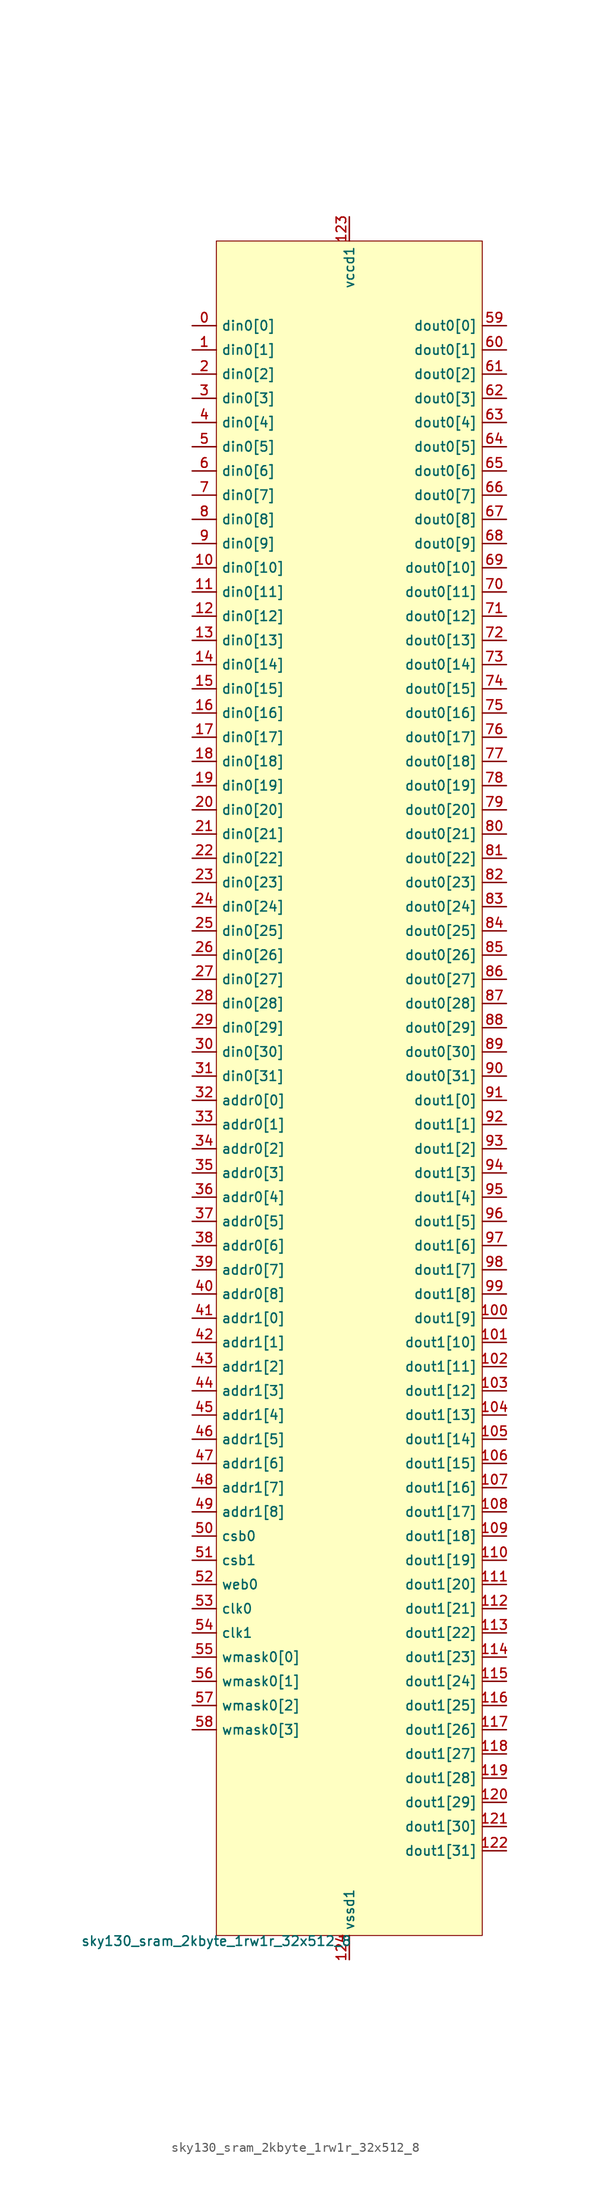
<source format=kicad_sym>
(kicad_symbol_lib
  (version 20211014)
  (generator pdk2kicad)
  (symbol "sky130_sram_2kbyte_1rw1r_32x512_8"
    (property "Reference" "X"
      (at 0 0 0)
      (effects (font (size 1 1)) hide))
    (property "Value" "sky130_sram_2kbyte_1rw1r_32x512_8"
      (at -13.97 -88.9 0)
      (effects (font (size 1 1)) (justify top)))
    (rectangle
      (start -13.97 -88.9)
      (end 13.97 88.9)
      (stroke (width 0.1) (type solid) (color 0 0 0 0))
      (fill (type background)))
    (pin input line
      (at -16.51 80.01 0)
      (length 2.54)
      (name "din0[0]" (effects (font (size 1 1)) hide))
      (number "0" (effects (font (size 1 1)) hide)))
    (pin input line
      (at -16.51 77.47 0)
      (length 2.54)
      (name "din0[1]" (effects (font (size 1 1)) hide))
      (number "1" (effects (font (size 1 1)) hide)))
    (pin input line
      (at -16.51 74.93 0)
      (length 2.54)
      (name "din0[2]" (effects (font (size 1 1)) hide))
      (number "2" (effects (font (size 1 1)) hide)))
    (pin input line
      (at -16.51 72.39 0)
      (length 2.54)
      (name "din0[3]" (effects (font (size 1 1)) hide))
      (number "3" (effects (font (size 1 1)) hide)))
    (pin input line
      (at -16.51 69.85 0)
      (length 2.54)
      (name "din0[4]" (effects (font (size 1 1)) hide))
      (number "4" (effects (font (size 1 1)) hide)))
    (pin input line
      (at -16.51 67.31 0)
      (length 2.54)
      (name "din0[5]" (effects (font (size 1 1)) hide))
      (number "5" (effects (font (size 1 1)) hide)))
    (pin input line
      (at -16.51 64.77 0)
      (length 2.54)
      (name "din0[6]" (effects (font (size 1 1)) hide))
      (number "6" (effects (font (size 1 1)) hide)))
    (pin input line
      (at -16.51 62.23 0)
      (length 2.54)
      (name "din0[7]" (effects (font (size 1 1)) hide))
      (number "7" (effects (font (size 1 1)) hide)))
    (pin input line
      (at -16.51 59.69 0)
      (length 2.54)
      (name "din0[8]" (effects (font (size 1 1)) hide))
      (number "8" (effects (font (size 1 1)) hide)))
    (pin input line
      (at -16.51 57.15 0)
      (length 2.54)
      (name "din0[9]" (effects (font (size 1 1)) hide))
      (number "9" (effects (font (size 1 1)) hide)))
    (pin input line
      (at -16.51 54.61 0)
      (length 2.54)
      (name "din0[10]" (effects (font (size 1 1)) hide))
      (number "10" (effects (font (size 1 1)) hide)))
    (pin input line
      (at -16.51 52.07 0)
      (length 2.54)
      (name "din0[11]" (effects (font (size 1 1)) hide))
      (number "11" (effects (font (size 1 1)) hide)))
    (pin input line
      (at -16.51 49.53 0)
      (length 2.54)
      (name "din0[12]" (effects (font (size 1 1)) hide))
      (number "12" (effects (font (size 1 1)) hide)))
    (pin input line
      (at -16.51 46.99 0)
      (length 2.54)
      (name "din0[13]" (effects (font (size 1 1)) hide))
      (number "13" (effects (font (size 1 1)) hide)))
    (pin input line
      (at -16.51 44.45 0)
      (length 2.54)
      (name "din0[14]" (effects (font (size 1 1)) hide))
      (number "14" (effects (font (size 1 1)) hide)))
    (pin input line
      (at -16.51 41.91 0)
      (length 2.54)
      (name "din0[15]" (effects (font (size 1 1)) hide))
      (number "15" (effects (font (size 1 1)) hide)))
    (pin input line
      (at -16.51 39.37 0)
      (length 2.54)
      (name "din0[16]" (effects (font (size 1 1)) hide))
      (number "16" (effects (font (size 1 1)) hide)))
    (pin input line
      (at -16.51 36.83 0)
      (length 2.54)
      (name "din0[17]" (effects (font (size 1 1)) hide))
      (number "17" (effects (font (size 1 1)) hide)))
    (pin input line
      (at -16.51 34.29 0)
      (length 2.54)
      (name "din0[18]" (effects (font (size 1 1)) hide))
      (number "18" (effects (font (size 1 1)) hide)))
    (pin input line
      (at -16.51 31.75 0)
      (length 2.54)
      (name "din0[19]" (effects (font (size 1 1)) hide))
      (number "19" (effects (font (size 1 1)) hide)))
    (pin input line
      (at -16.51 29.21 0)
      (length 2.54)
      (name "din0[20]" (effects (font (size 1 1)) hide))
      (number "20" (effects (font (size 1 1)) hide)))
    (pin input line
      (at -16.51 26.67 0)
      (length 2.54)
      (name "din0[21]" (effects (font (size 1 1)) hide))
      (number "21" (effects (font (size 1 1)) hide)))
    (pin input line
      (at -16.51 24.13 0)
      (length 2.54)
      (name "din0[22]" (effects (font (size 1 1)) hide))
      (number "22" (effects (font (size 1 1)) hide)))
    (pin input line
      (at -16.51 21.59 0)
      (length 2.54)
      (name "din0[23]" (effects (font (size 1 1)) hide))
      (number "23" (effects (font (size 1 1)) hide)))
    (pin input line
      (at -16.51 19.05 0)
      (length 2.54)
      (name "din0[24]" (effects (font (size 1 1)) hide))
      (number "24" (effects (font (size 1 1)) hide)))
    (pin input line
      (at -16.51 16.51 0)
      (length 2.54)
      (name "din0[25]" (effects (font (size 1 1)) hide))
      (number "25" (effects (font (size 1 1)) hide)))
    (pin input line
      (at -16.51 13.97 0)
      (length 2.54)
      (name "din0[26]" (effects (font (size 1 1)) hide))
      (number "26" (effects (font (size 1 1)) hide)))
    (pin input line
      (at -16.51 11.43 0)
      (length 2.54)
      (name "din0[27]" (effects (font (size 1 1)) hide))
      (number "27" (effects (font (size 1 1)) hide)))
    (pin input line
      (at -16.51 8.89 0)
      (length 2.54)
      (name "din0[28]" (effects (font (size 1 1)) hide))
      (number "28" (effects (font (size 1 1)) hide)))
    (pin input line
      (at -16.51 6.35 0)
      (length 2.54)
      (name "din0[29]" (effects (font (size 1 1)) hide))
      (number "29" (effects (font (size 1 1)) hide)))
    (pin input line
      (at -16.51 3.81 0)
      (length 2.54)
      (name "din0[30]" (effects (font (size 1 1)) hide))
      (number "30" (effects (font (size 1 1)) hide)))
    (pin input line
      (at -16.51 1.27 0)
      (length 2.54)
      (name "din0[31]" (effects (font (size 1 1)) hide))
      (number "31" (effects (font (size 1 1)) hide)))
    (pin input line
      (at -16.51 -1.27 0)
      (length 2.54)
      (name "addr0[0]" (effects (font (size 1 1)) hide))
      (number "32" (effects (font (size 1 1)) hide)))
    (pin input line
      (at -16.51 -3.81 0)
      (length 2.54)
      (name "addr0[1]" (effects (font (size 1 1)) hide))
      (number "33" (effects (font (size 1 1)) hide)))
    (pin input line
      (at -16.51 -6.35 0)
      (length 2.54)
      (name "addr0[2]" (effects (font (size 1 1)) hide))
      (number "34" (effects (font (size 1 1)) hide)))
    (pin input line
      (at -16.51 -8.89 0)
      (length 2.54)
      (name "addr0[3]" (effects (font (size 1 1)) hide))
      (number "35" (effects (font (size 1 1)) hide)))
    (pin input line
      (at -16.51 -11.43 0)
      (length 2.54)
      (name "addr0[4]" (effects (font (size 1 1)) hide))
      (number "36" (effects (font (size 1 1)) hide)))
    (pin input line
      (at -16.51 -13.97 0)
      (length 2.54)
      (name "addr0[5]" (effects (font (size 1 1)) hide))
      (number "37" (effects (font (size 1 1)) hide)))
    (pin input line
      (at -16.51 -16.51 0)
      (length 2.54)
      (name "addr0[6]" (effects (font (size 1 1)) hide))
      (number "38" (effects (font (size 1 1)) hide)))
    (pin input line
      (at -16.51 -19.05 0)
      (length 2.54)
      (name "addr0[7]" (effects (font (size 1 1)) hide))
      (number "39" (effects (font (size 1 1)) hide)))
    (pin input line
      (at -16.51 -21.59 0)
      (length 2.54)
      (name "addr0[8]" (effects (font (size 1 1)) hide))
      (number "40" (effects (font (size 1 1)) hide)))
    (pin input line
      (at -16.51 -24.13 0)
      (length 2.54)
      (name "addr1[0]" (effects (font (size 1 1)) hide))
      (number "41" (effects (font (size 1 1)) hide)))
    (pin input line
      (at -16.51 -26.67 0)
      (length 2.54)
      (name "addr1[1]" (effects (font (size 1 1)) hide))
      (number "42" (effects (font (size 1 1)) hide)))
    (pin input line
      (at -16.51 -29.21 0)
      (length 2.54)
      (name "addr1[2]" (effects (font (size 1 1)) hide))
      (number "43" (effects (font (size 1 1)) hide)))
    (pin input line
      (at -16.51 -31.75 0)
      (length 2.54)
      (name "addr1[3]" (effects (font (size 1 1)) hide))
      (number "44" (effects (font (size 1 1)) hide)))
    (pin input line
      (at -16.51 -34.29 0)
      (length 2.54)
      (name "addr1[4]" (effects (font (size 1 1)) hide))
      (number "45" (effects (font (size 1 1)) hide)))
    (pin input line
      (at -16.51 -36.83 0)
      (length 2.54)
      (name "addr1[5]" (effects (font (size 1 1)) hide))
      (number "46" (effects (font (size 1 1)) hide)))
    (pin input line
      (at -16.51 -39.37 0)
      (length 2.54)
      (name "addr1[6]" (effects (font (size 1 1)) hide))
      (number "47" (effects (font (size 1 1)) hide)))
    (pin input line
      (at -16.51 -41.91 0)
      (length 2.54)
      (name "addr1[7]" (effects (font (size 1 1)) hide))
      (number "48" (effects (font (size 1 1)) hide)))
    (pin input line
      (at -16.51 -44.45 0)
      (length 2.54)
      (name "addr1[8]" (effects (font (size 1 1)) hide))
      (number "49" (effects (font (size 1 1)) hide)))
    (pin input line
      (at -16.51 -46.99 0)
      (length 2.54)
      (name "csb0" (effects (font (size 1 1)) hide))
      (number "50" (effects (font (size 1 1)) hide)))
    (pin input line
      (at -16.51 -49.53 0)
      (length 2.54)
      (name "csb1" (effects (font (size 1 1)) hide))
      (number "51" (effects (font (size 1 1)) hide)))
    (pin input line
      (at -16.51 -52.07 0)
      (length 2.54)
      (name "web0" (effects (font (size 1 1)) hide))
      (number "52" (effects (font (size 1 1)) hide)))
    (pin input line
      (at -16.51 -54.61 0)
      (length 2.54)
      (name "clk0" (effects (font (size 1 1)) hide))
      (number "53" (effects (font (size 1 1)) hide)))
    (pin input line
      (at -16.51 -57.15 0)
      (length 2.54)
      (name "clk1" (effects (font (size 1 1)) hide))
      (number "54" (effects (font (size 1 1)) hide)))
    (pin input line
      (at -16.51 -59.69 0)
      (length 2.54)
      (name "wmask0[0]" (effects (font (size 1 1)) hide))
      (number "55" (effects (font (size 1 1)) hide)))
    (pin input line
      (at -16.51 -62.23 0)
      (length 2.54)
      (name "wmask0[1]" (effects (font (size 1 1)) hide))
      (number "56" (effects (font (size 1 1)) hide)))
    (pin input line
      (at -16.51 -64.77 0)
      (length 2.54)
      (name "wmask0[2]" (effects (font (size 1 1)) hide))
      (number "57" (effects (font (size 1 1)) hide)))
    (pin input line
      (at -16.51 -67.31 0)
      (length 2.54)
      (name "wmask0[3]" (effects (font (size 1 1)) hide))
      (number "58" (effects (font (size 1 1)) hide)))
    (pin output line
      (at 16.51 80.01 180)
      (length 2.54)
      (name "dout0[0]" (effects (font (size 1 1)) hide))
      (number "59" (effects (font (size 1 1)) hide)))
    (pin output line
      (at 16.51 77.47 180)
      (length 2.54)
      (name "dout0[1]" (effects (font (size 1 1)) hide))
      (number "60" (effects (font (size 1 1)) hide)))
    (pin output line
      (at 16.51 74.93 180)
      (length 2.54)
      (name "dout0[2]" (effects (font (size 1 1)) hide))
      (number "61" (effects (font (size 1 1)) hide)))
    (pin output line
      (at 16.51 72.39 180)
      (length 2.54)
      (name "dout0[3]" (effects (font (size 1 1)) hide))
      (number "62" (effects (font (size 1 1)) hide)))
    (pin output line
      (at 16.51 69.85 180)
      (length 2.54)
      (name "dout0[4]" (effects (font (size 1 1)) hide))
      (number "63" (effects (font (size 1 1)) hide)))
    (pin output line
      (at 16.51 67.31 180)
      (length 2.54)
      (name "dout0[5]" (effects (font (size 1 1)) hide))
      (number "64" (effects (font (size 1 1)) hide)))
    (pin output line
      (at 16.51 64.77 180)
      (length 2.54)
      (name "dout0[6]" (effects (font (size 1 1)) hide))
      (number "65" (effects (font (size 1 1)) hide)))
    (pin output line
      (at 16.51 62.23 180)
      (length 2.54)
      (name "dout0[7]" (effects (font (size 1 1)) hide))
      (number "66" (effects (font (size 1 1)) hide)))
    (pin output line
      (at 16.51 59.69 180)
      (length 2.54)
      (name "dout0[8]" (effects (font (size 1 1)) hide))
      (number "67" (effects (font (size 1 1)) hide)))
    (pin output line
      (at 16.51 57.15 180)
      (length 2.54)
      (name "dout0[9]" (effects (font (size 1 1)) hide))
      (number "68" (effects (font (size 1 1)) hide)))
    (pin output line
      (at 16.51 54.61 180)
      (length 2.54)
      (name "dout0[10]" (effects (font (size 1 1)) hide))
      (number "69" (effects (font (size 1 1)) hide)))
    (pin output line
      (at 16.51 52.07 180)
      (length 2.54)
      (name "dout0[11]" (effects (font (size 1 1)) hide))
      (number "70" (effects (font (size 1 1)) hide)))
    (pin output line
      (at 16.51 49.53 180)
      (length 2.54)
      (name "dout0[12]" (effects (font (size 1 1)) hide))
      (number "71" (effects (font (size 1 1)) hide)))
    (pin output line
      (at 16.51 46.99 180)
      (length 2.54)
      (name "dout0[13]" (effects (font (size 1 1)) hide))
      (number "72" (effects (font (size 1 1)) hide)))
    (pin output line
      (at 16.51 44.45 180)
      (length 2.54)
      (name "dout0[14]" (effects (font (size 1 1)) hide))
      (number "73" (effects (font (size 1 1)) hide)))
    (pin output line
      (at 16.51 41.91 180)
      (length 2.54)
      (name "dout0[15]" (effects (font (size 1 1)) hide))
      (number "74" (effects (font (size 1 1)) hide)))
    (pin output line
      (at 16.51 39.37 180)
      (length 2.54)
      (name "dout0[16]" (effects (font (size 1 1)) hide))
      (number "75" (effects (font (size 1 1)) hide)))
    (pin output line
      (at 16.51 36.83 180)
      (length 2.54)
      (name "dout0[17]" (effects (font (size 1 1)) hide))
      (number "76" (effects (font (size 1 1)) hide)))
    (pin output line
      (at 16.51 34.29 180)
      (length 2.54)
      (name "dout0[18]" (effects (font (size 1 1)) hide))
      (number "77" (effects (font (size 1 1)) hide)))
    (pin output line
      (at 16.51 31.75 180)
      (length 2.54)
      (name "dout0[19]" (effects (font (size 1 1)) hide))
      (number "78" (effects (font (size 1 1)) hide)))
    (pin output line
      (at 16.51 29.21 180)
      (length 2.54)
      (name "dout0[20]" (effects (font (size 1 1)) hide))
      (number "79" (effects (font (size 1 1)) hide)))
    (pin output line
      (at 16.51 26.67 180)
      (length 2.54)
      (name "dout0[21]" (effects (font (size 1 1)) hide))
      (number "80" (effects (font (size 1 1)) hide)))
    (pin output line
      (at 16.51 24.13 180)
      (length 2.54)
      (name "dout0[22]" (effects (font (size 1 1)) hide))
      (number "81" (effects (font (size 1 1)) hide)))
    (pin output line
      (at 16.51 21.59 180)
      (length 2.54)
      (name "dout0[23]" (effects (font (size 1 1)) hide))
      (number "82" (effects (font (size 1 1)) hide)))
    (pin output line
      (at 16.51 19.05 180)
      (length 2.54)
      (name "dout0[24]" (effects (font (size 1 1)) hide))
      (number "83" (effects (font (size 1 1)) hide)))
    (pin output line
      (at 16.51 16.51 180)
      (length 2.54)
      (name "dout0[25]" (effects (font (size 1 1)) hide))
      (number "84" (effects (font (size 1 1)) hide)))
    (pin output line
      (at 16.51 13.97 180)
      (length 2.54)
      (name "dout0[26]" (effects (font (size 1 1)) hide))
      (number "85" (effects (font (size 1 1)) hide)))
    (pin output line
      (at 16.51 11.43 180)
      (length 2.54)
      (name "dout0[27]" (effects (font (size 1 1)) hide))
      (number "86" (effects (font (size 1 1)) hide)))
    (pin output line
      (at 16.51 8.89 180)
      (length 2.54)
      (name "dout0[28]" (effects (font (size 1 1)) hide))
      (number "87" (effects (font (size 1 1)) hide)))
    (pin output line
      (at 16.51 6.35 180)
      (length 2.54)
      (name "dout0[29]" (effects (font (size 1 1)) hide))
      (number "88" (effects (font (size 1 1)) hide)))
    (pin output line
      (at 16.51 3.81 180)
      (length 2.54)
      (name "dout0[30]" (effects (font (size 1 1)) hide))
      (number "89" (effects (font (size 1 1)) hide)))
    (pin output line
      (at 16.51 1.27 180)
      (length 2.54)
      (name "dout0[31]" (effects (font (size 1 1)) hide))
      (number "90" (effects (font (size 1 1)) hide)))
    (pin output line
      (at 16.51 -1.27 180)
      (length 2.54)
      (name "dout1[0]" (effects (font (size 1 1)) hide))
      (number "91" (effects (font (size 1 1)) hide)))
    (pin output line
      (at 16.51 -3.81 180)
      (length 2.54)
      (name "dout1[1]" (effects (font (size 1 1)) hide))
      (number "92" (effects (font (size 1 1)) hide)))
    (pin output line
      (at 16.51 -6.35 180)
      (length 2.54)
      (name "dout1[2]" (effects (font (size 1 1)) hide))
      (number "93" (effects (font (size 1 1)) hide)))
    (pin output line
      (at 16.51 -8.89 180)
      (length 2.54)
      (name "dout1[3]" (effects (font (size 1 1)) hide))
      (number "94" (effects (font (size 1 1)) hide)))
    (pin output line
      (at 16.51 -11.43 180)
      (length 2.54)
      (name "dout1[4]" (effects (font (size 1 1)) hide))
      (number "95" (effects (font (size 1 1)) hide)))
    (pin output line
      (at 16.51 -13.97 180)
      (length 2.54)
      (name "dout1[5]" (effects (font (size 1 1)) hide))
      (number "96" (effects (font (size 1 1)) hide)))
    (pin output line
      (at 16.51 -16.51 180)
      (length 2.54)
      (name "dout1[6]" (effects (font (size 1 1)) hide))
      (number "97" (effects (font (size 1 1)) hide)))
    (pin output line
      (at 16.51 -19.05 180)
      (length 2.54)
      (name "dout1[7]" (effects (font (size 1 1)) hide))
      (number "98" (effects (font (size 1 1)) hide)))
    (pin output line
      (at 16.51 -21.59 180)
      (length 2.54)
      (name "dout1[8]" (effects (font (size 1 1)) hide))
      (number "99" (effects (font (size 1 1)) hide)))
    (pin output line
      (at 16.51 -24.13 180)
      (length 2.54)
      (name "dout1[9]" (effects (font (size 1 1)) hide))
      (number "100" (effects (font (size 1 1)) hide)))
    (pin output line
      (at 16.51 -26.67 180)
      (length 2.54)
      (name "dout1[10]" (effects (font (size 1 1)) hide))
      (number "101" (effects (font (size 1 1)) hide)))
    (pin output line
      (at 16.51 -29.21 180)
      (length 2.54)
      (name "dout1[11]" (effects (font (size 1 1)) hide))
      (number "102" (effects (font (size 1 1)) hide)))
    (pin output line
      (at 16.51 -31.75 180)
      (length 2.54)
      (name "dout1[12]" (effects (font (size 1 1)) hide))
      (number "103" (effects (font (size 1 1)) hide)))
    (pin output line
      (at 16.51 -34.29 180)
      (length 2.54)
      (name "dout1[13]" (effects (font (size 1 1)) hide))
      (number "104" (effects (font (size 1 1)) hide)))
    (pin output line
      (at 16.51 -36.83 180)
      (length 2.54)
      (name "dout1[14]" (effects (font (size 1 1)) hide))
      (number "105" (effects (font (size 1 1)) hide)))
    (pin output line
      (at 16.51 -39.37 180)
      (length 2.54)
      (name "dout1[15]" (effects (font (size 1 1)) hide))
      (number "106" (effects (font (size 1 1)) hide)))
    (pin output line
      (at 16.51 -41.91 180)
      (length 2.54)
      (name "dout1[16]" (effects (font (size 1 1)) hide))
      (number "107" (effects (font (size 1 1)) hide)))
    (pin output line
      (at 16.51 -44.45 180)
      (length 2.54)
      (name "dout1[17]" (effects (font (size 1 1)) hide))
      (number "108" (effects (font (size 1 1)) hide)))
    (pin output line
      (at 16.51 -46.99 180)
      (length 2.54)
      (name "dout1[18]" (effects (font (size 1 1)) hide))
      (number "109" (effects (font (size 1 1)) hide)))
    (pin output line
      (at 16.51 -49.53 180)
      (length 2.54)
      (name "dout1[19]" (effects (font (size 1 1)) hide))
      (number "110" (effects (font (size 1 1)) hide)))
    (pin output line
      (at 16.51 -52.07 180)
      (length 2.54)
      (name "dout1[20]" (effects (font (size 1 1)) hide))
      (number "111" (effects (font (size 1 1)) hide)))
    (pin output line
      (at 16.51 -54.61 180)
      (length 2.54)
      (name "dout1[21]" (effects (font (size 1 1)) hide))
      (number "112" (effects (font (size 1 1)) hide)))
    (pin output line
      (at 16.51 -57.15 180)
      (length 2.54)
      (name "dout1[22]" (effects (font (size 1 1)) hide))
      (number "113" (effects (font (size 1 1)) hide)))
    (pin output line
      (at 16.51 -59.69 180)
      (length 2.54)
      (name "dout1[23]" (effects (font (size 1 1)) hide))
      (number "114" (effects (font (size 1 1)) hide)))
    (pin output line
      (at 16.51 -62.23 180)
      (length 2.54)
      (name "dout1[24]" (effects (font (size 1 1)) hide))
      (number "115" (effects (font (size 1 1)) hide)))
    (pin output line
      (at 16.51 -64.77 180)
      (length 2.54)
      (name "dout1[25]" (effects (font (size 1 1)) hide))
      (number "116" (effects (font (size 1 1)) hide)))
    (pin output line
      (at 16.51 -67.31 180)
      (length 2.54)
      (name "dout1[26]" (effects (font (size 1 1)) hide))
      (number "117" (effects (font (size 1 1)) hide)))
    (pin output line
      (at 16.51 -69.85 180)
      (length 2.54)
      (name "dout1[27]" (effects (font (size 1 1)) hide))
      (number "118" (effects (font (size 1 1)) hide)))
    (pin output line
      (at 16.51 -72.39 180)
      (length 2.54)
      (name "dout1[28]" (effects (font (size 1 1)) hide))
      (number "119" (effects (font (size 1 1)) hide)))
    (pin output line
      (at 16.51 -74.93 180)
      (length 2.54)
      (name "dout1[29]" (effects (font (size 1 1)) hide))
      (number "120" (effects (font (size 1 1)) hide)))
    (pin output line
      (at 16.51 -77.47 180)
      (length 2.54)
      (name "dout1[30]" (effects (font (size 1 1)) hide))
      (number "121" (effects (font (size 1 1)) hide)))
    (pin output line
      (at 16.51 -80.01 180)
      (length 2.54)
      (name "dout1[31]" (effects (font (size 1 1)) hide))
      (number "122" (effects (font (size 1 1)) hide)))
    (pin power_in line
      (at 0.0 91.44 270)
      (length 2.54)
      (name "vccd1" (effects (font (size 1 1)) hide))
      (number "123" (effects (font (size 1 1)) hide)))
    (pin power_in line
      (at 0.0 -91.44 90)
      (length 2.54)
      (name "vssd1" (effects (font (size 1 1)) hide))
      (number "124" (effects (font (size 1 1)) hide)))))
</source>
